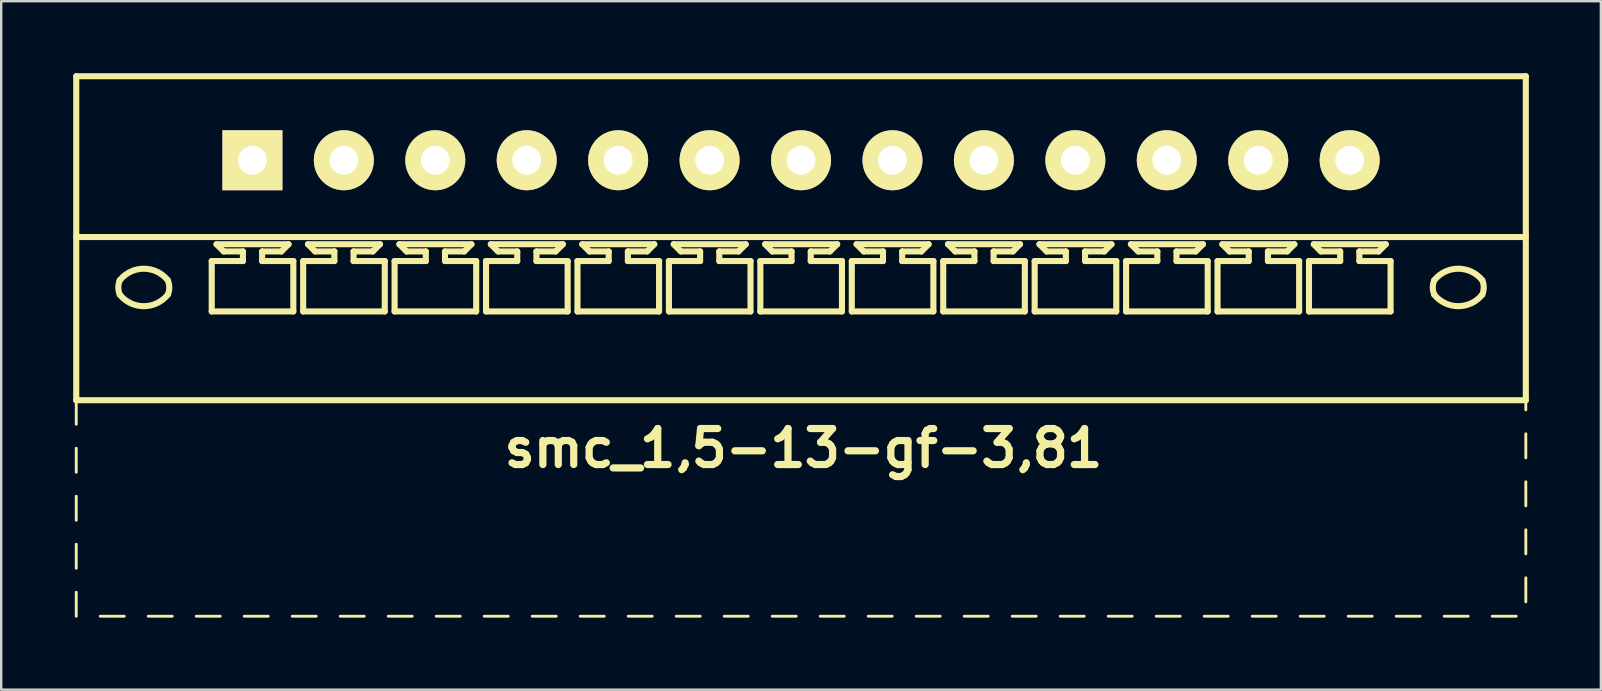
<source format=kicad_pcb>
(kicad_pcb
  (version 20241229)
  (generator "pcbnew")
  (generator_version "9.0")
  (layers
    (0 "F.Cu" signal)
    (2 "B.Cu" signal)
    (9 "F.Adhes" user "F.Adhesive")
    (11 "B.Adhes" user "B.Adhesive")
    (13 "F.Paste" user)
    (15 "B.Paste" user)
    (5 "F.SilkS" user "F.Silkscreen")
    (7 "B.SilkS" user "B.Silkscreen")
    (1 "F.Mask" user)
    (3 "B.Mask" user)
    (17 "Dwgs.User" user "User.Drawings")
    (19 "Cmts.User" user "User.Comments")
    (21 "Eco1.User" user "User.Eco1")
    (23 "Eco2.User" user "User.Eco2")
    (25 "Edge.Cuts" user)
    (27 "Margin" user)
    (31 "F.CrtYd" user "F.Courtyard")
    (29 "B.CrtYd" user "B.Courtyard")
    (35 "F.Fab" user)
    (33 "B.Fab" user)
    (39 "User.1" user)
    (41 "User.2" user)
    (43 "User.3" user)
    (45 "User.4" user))
  (footprint "smc_1,5-13-gf-3,81"
    (layer "F.Cu")
    (at 30.327 3.627)
    (property "Reference" "smc_1,5-13-gf-3,81" (at 0.1 12 0) (layer "F.SilkS") (effects (font (size 1.5 1.5) (thickness 0.3))))
    (attr through_hole)
    (fp_line (start -30.2 -3.5) (end -30.2 10) (stroke (width 0.254) (type solid)) (layer "F.SilkS"))
    (fp_line (start -30.2 -3.5) (end 30.2 -3.5) (stroke (width 0.254) (type solid)) (layer "F.SilkS"))
    (fp_line (start -30.2 3.2) (end 30.2 3.2) (stroke (width 0.254) (type solid)) (layer "F.SilkS"))
    (fp_line (start -30.2 10) (end -30.2 11) (stroke (width 0.12) (type solid)) (layer "F.SilkS"))
    (fp_line (start -30.2 10) (end 30.2 10) (stroke (width 0.254) (type solid)) (layer "F.SilkS"))
    (fp_line (start -30.2 12) (end -30.2 13) (stroke (width 0.12) (type solid)) (layer "F.SilkS"))
    (fp_line (start -30.2 14) (end -30.2 15) (stroke (width 0.12) (type solid)) (layer "F.SilkS"))
    (fp_line (start -30.2 16) (end -30.2 17) (stroke (width 0.12) (type solid)) (layer "F.SilkS"))
    (fp_line (start -30.2 18) (end -30.2 19) (stroke (width 0.12) (type solid)) (layer "F.SilkS"))
    (fp_line (start -29.2 19) (end -28.2 19) (stroke (width 0.12) (type solid)) (layer "F.SilkS"))
    (fp_line (start -27.2 19) (end -26.2 19) (stroke (width 0.12) (type solid)) (layer "F.SilkS"))
    (fp_line (start -25.2 19) (end -24.2 19) (stroke (width 0.12) (type solid)) (layer "F.SilkS"))
    (fp_line (start -24.555 4.2) (end -23.255 4.2) (stroke (width 0.254) (type solid)) (layer "F.SilkS"))
    (fp_line (start -24.555 6.3) (end -24.555 4.2) (stroke (width 0.254) (type solid)) (layer "F.SilkS"))
    (fp_line (start -24.355 3.5) (end -21.355 3.5) (stroke (width 0.254) (type solid)) (layer "F.SilkS"))
    (fp_line (start -24.055 3.8) (end -24.355 3.5) (stroke (width 0.254) (type solid)) (layer "F.SilkS"))
    (fp_line (start -23.255 3.8) (end -24.055 3.8) (stroke (width 0.254) (type solid)) (layer "F.SilkS"))
    (fp_line (start -23.255 4.2) (end -23.255 3.8) (stroke (width 0.254) (type solid)) (layer "F.SilkS"))
    (fp_line (start -23.2 19) (end -22.2 19) (stroke (width 0.12) (type solid)) (layer "F.SilkS"))
    (fp_line (start -22.455 3.8) (end -22.455 4.2) (stroke (width 0.254) (type solid)) (layer "F.SilkS"))
    (fp_line (start -22.455 4.2) (end -21.155 4.2) (stroke (width 0.254) (type solid)) (layer "F.SilkS"))
    (fp_line (start -21.655 3.8) (end -22.455 3.8) (stroke (width 0.254) (type solid)) (layer "F.SilkS"))
    (fp_line (start -21.655 3.8) (end -21.355 3.5) (stroke (width 0.254) (type solid)) (layer "F.SilkS"))
    (fp_line (start -21.2 19) (end -20.2 19) (stroke (width 0.12) (type solid)) (layer "F.SilkS"))
    (fp_line (start -21.155 4.2) (end -21.155 6.3) (stroke (width 0.254) (type solid)) (layer "F.SilkS"))
    (fp_line (start -21.155 6.3) (end -24.555 6.3) (stroke (width 0.254) (type solid)) (layer "F.SilkS"))
    (fp_line (start -20.745 4.2) (end -19.445 4.2) (stroke (width 0.254) (type solid)) (layer "F.SilkS"))
    (fp_line (start -20.745 6.3) (end -20.745 4.2) (stroke (width 0.254) (type solid)) (layer "F.SilkS"))
    (fp_line (start -20.545 3.5) (end -17.545 3.5) (stroke (width 0.254) (type solid)) (layer "F.SilkS"))
    (fp_line (start -20.245 3.8) (end -20.545 3.5) (stroke (width 0.254) (type solid)) (layer "F.SilkS"))
    (fp_line (start -19.445 3.8) (end -20.245 3.8) (stroke (width 0.254) (type solid)) (layer "F.SilkS"))
    (fp_line (start -19.445 4.2) (end -19.445 3.8) (stroke (width 0.254) (type solid)) (layer "F.SilkS"))
    (fp_line (start -19.2 19) (end -18.2 19) (stroke (width 0.12) (type solid)) (layer "F.SilkS"))
    (fp_line (start -18.645 3.8) (end -18.645 4.2) (stroke (width 0.254) (type solid)) (layer "F.SilkS"))
    (fp_line (start -18.645 4.2) (end -17.345 4.2) (stroke (width 0.254) (type solid)) (layer "F.SilkS"))
    (fp_line (start -17.845 3.8) (end -18.645 3.8) (stroke (width 0.254) (type solid)) (layer "F.SilkS"))
    (fp_line (start -17.845 3.8) (end -17.545 3.5) (stroke (width 0.254) (type solid)) (layer "F.SilkS"))
    (fp_line (start -17.345 4.2) (end -17.345 6.3) (stroke (width 0.254) (type solid)) (layer "F.SilkS"))
    (fp_line (start -17.345 6.3) (end -20.745 6.3) (stroke (width 0.254) (type solid)) (layer "F.SilkS"))
    (fp_line (start -17.2 19) (end -16.2 19) (stroke (width 0.12) (type solid)) (layer "F.SilkS"))
    (fp_line (start -16.935 4.2) (end -15.635 4.2) (stroke (width 0.254) (type solid)) (layer "F.SilkS"))
    (fp_line (start -16.935 6.3) (end -16.935 4.2) (stroke (width 0.254) (type solid)) (layer "F.SilkS"))
    (fp_line (start -16.735 3.5) (end -13.735 3.5) (stroke (width 0.254) (type solid)) (layer "F.SilkS"))
    (fp_line (start -16.435 3.8) (end -16.735 3.5) (stroke (width 0.254) (type solid)) (layer "F.SilkS"))
    (fp_line (start -15.635 3.8) (end -16.435 3.8) (stroke (width 0.254) (type solid)) (layer "F.SilkS"))
    (fp_line (start -15.635 4.2) (end -15.635 3.8) (stroke (width 0.254) (type solid)) (layer "F.SilkS"))
    (fp_line (start -15.2 19) (end -14.2 19) (stroke (width 0.12) (type solid)) (layer "F.SilkS"))
    (fp_line (start -14.835 3.8) (end -14.835 4.2) (stroke (width 0.254) (type solid)) (layer "F.SilkS"))
    (fp_line (start -14.835 4.2) (end -13.535 4.2) (stroke (width 0.254) (type solid)) (layer "F.SilkS"))
    (fp_line (start -14.035 3.8) (end -14.835 3.8) (stroke (width 0.254) (type solid)) (layer "F.SilkS"))
    (fp_line (start -14.035 3.8) (end -13.735 3.5) (stroke (width 0.254) (type solid)) (layer "F.SilkS"))
    (fp_line (start -13.535 4.2) (end -13.535 6.3) (stroke (width 0.254) (type solid)) (layer "F.SilkS"))
    (fp_line (start -13.535 6.3) (end -16.935 6.3) (stroke (width 0.254) (type solid)) (layer "F.SilkS"))
    (fp_line (start -13.2 19) (end -12.2 19) (stroke (width 0.12) (type solid)) (layer "F.SilkS"))
    (fp_line (start -13.125 4.2) (end -11.825 4.2) (stroke (width 0.254) (type solid)) (layer "F.SilkS"))
    (fp_line (start -13.125 6.3) (end -13.125 4.2) (stroke (width 0.254) (type solid)) (layer "F.SilkS"))
    (fp_line (start -12.925 3.5) (end -9.925 3.5) (stroke (width 0.254) (type solid)) (layer "F.SilkS"))
    (fp_line (start -12.625 3.8) (end -12.925 3.5) (stroke (width 0.254) (type solid)) (layer "F.SilkS"))
    (fp_line (start -11.825 3.8) (end -12.625 3.8) (stroke (width 0.254) (type solid)) (layer "F.SilkS"))
    (fp_line (start -11.825 4.2) (end -11.825 3.8) (stroke (width 0.254) (type solid)) (layer "F.SilkS"))
    (fp_line (start -11.2 19) (end -10.2 19) (stroke (width 0.12) (type solid)) (layer "F.SilkS"))
    (fp_line (start -11.025 3.8) (end -11.025 4.2) (stroke (width 0.254) (type solid)) (layer "F.SilkS"))
    (fp_line (start -11.025 4.2) (end -9.725 4.2) (stroke (width 0.254) (type solid)) (layer "F.SilkS"))
    (fp_line (start -10.225 3.8) (end -11.025 3.8) (stroke (width 0.254) (type solid)) (layer "F.SilkS"))
    (fp_line (start -10.225 3.8) (end -9.925 3.5) (stroke (width 0.254) (type solid)) (layer "F.SilkS"))
    (fp_line (start -9.725 4.2) (end -9.725 6.3) (stroke (width 0.254) (type solid)) (layer "F.SilkS"))
    (fp_line (start -9.725 6.3) (end -13.125 6.3) (stroke (width 0.254) (type solid)) (layer "F.SilkS"))
    (fp_line (start -9.315 4.2) (end -8.015 4.2) (stroke (width 0.254) (type solid)) (layer "F.SilkS"))
    (fp_line (start -9.315 6.3) (end -9.315 4.2) (stroke (width 0.254) (type solid)) (layer "F.SilkS"))
    (fp_line (start -9.2 19) (end -8.2 19) (stroke (width 0.12) (type solid)) (layer "F.SilkS"))
    (fp_line (start -9.115 3.5) (end -6.115 3.5) (stroke (width 0.254) (type solid)) (layer "F.SilkS"))
    (fp_line (start -8.815 3.8) (end -9.115 3.5) (stroke (width 0.254) (type solid)) (layer "F.SilkS"))
    (fp_line (start -8.015 3.8) (end -8.815 3.8) (stroke (width 0.254) (type solid)) (layer "F.SilkS"))
    (fp_line (start -8.015 4.2) (end -8.015 3.8) (stroke (width 0.254) (type solid)) (layer "F.SilkS"))
    (fp_line (start -7.215 3.8) (end -7.215 4.2) (stroke (width 0.254) (type solid)) (layer "F.SilkS"))
    (fp_line (start -7.215 4.2) (end -5.915 4.2) (stroke (width 0.254) (type solid)) (layer "F.SilkS"))
    (fp_line (start -7.2 19) (end -6.2 19) (stroke (width 0.12) (type solid)) (layer "F.SilkS"))
    (fp_line (start -6.415 3.8) (end -7.215 3.8) (stroke (width 0.254) (type solid)) (layer "F.SilkS"))
    (fp_line (start -6.415 3.8) (end -6.115 3.5) (stroke (width 0.254) (type solid)) (layer "F.SilkS"))
    (fp_line (start -5.915 4.2) (end -5.915 6.3) (stroke (width 0.254) (type solid)) (layer "F.SilkS"))
    (fp_line (start -5.915 6.3) (end -9.315 6.3) (stroke (width 0.254) (type solid)) (layer "F.SilkS"))
    (fp_line (start -5.505 4.2) (end -4.205 4.2) (stroke (width 0.254) (type solid)) (layer "F.SilkS"))
    (fp_line (start -5.505 6.3) (end -5.505 4.2) (stroke (width 0.254) (type solid)) (layer "F.SilkS"))
    (fp_line (start -5.305 3.5) (end -2.305 3.5) (stroke (width 0.254) (type solid)) (layer "F.SilkS"))
    (fp_line (start -5.2 19) (end -4.2 19) (stroke (width 0.12) (type solid)) (layer "F.SilkS"))
    (fp_line (start -5.005 3.8) (end -5.305 3.5) (stroke (width 0.254) (type solid)) (layer "F.SilkS"))
    (fp_line (start -4.205 3.8) (end -5.005 3.8) (stroke (width 0.254) (type solid)) (layer "F.SilkS"))
    (fp_line (start -4.205 4.2) (end -4.205 3.8) (stroke (width 0.254) (type solid)) (layer "F.SilkS"))
    (fp_line (start -3.405 3.8) (end -3.405 4.2) (stroke (width 0.254) (type solid)) (layer "F.SilkS"))
    (fp_line (start -3.405 4.2) (end -2.105 4.2) (stroke (width 0.254) (type solid)) (layer "F.SilkS"))
    (fp_line (start -3.2 19) (end -2.2 19) (stroke (width 0.12) (type solid)) (layer "F.SilkS"))
    (fp_line (start -2.605 3.8) (end -3.405 3.8) (stroke (width 0.254) (type solid)) (layer "F.SilkS"))
    (fp_line (start -2.605 3.8) (end -2.305 3.5) (stroke (width 0.254) (type solid)) (layer "F.SilkS"))
    (fp_line (start -2.105 4.2) (end -2.105 6.3) (stroke (width 0.254) (type solid)) (layer "F.SilkS"))
    (fp_line (start -2.105 6.3) (end -5.505 6.3) (stroke (width 0.254) (type solid)) (layer "F.SilkS"))
    (fp_line (start -1.695 4.2) (end -0.395 4.2) (stroke (width 0.254) (type solid)) (layer "F.SilkS"))
    (fp_line (start -1.695 6.3) (end -1.695 4.2) (stroke (width 0.254) (type solid)) (layer "F.SilkS"))
    (fp_line (start -1.495 3.5) (end 1.505 3.5) (stroke (width 0.254) (type solid)) (layer "F.SilkS"))
    (fp_line (start -1.2 19) (end -0.2 19) (stroke (width 0.12) (type solid)) (layer "F.SilkS"))
    (fp_line (start -1.195 3.8) (end -1.495 3.5) (stroke (width 0.254) (type solid)) (layer "F.SilkS"))
    (fp_line (start -0.395 3.8) (end -1.195 3.8) (stroke (width 0.254) (type solid)) (layer "F.SilkS"))
    (fp_line (start -0.395 4.2) (end -0.395 3.8) (stroke (width 0.254) (type solid)) (layer "F.SilkS"))
    (fp_line (start 0.405 3.8) (end 0.405 4.2) (stroke (width 0.254) (type solid)) (layer "F.SilkS"))
    (fp_line (start 0.405 4.2) (end 1.705 4.2) (stroke (width 0.254) (type solid)) (layer "F.SilkS"))
    (fp_line (start 0.8 19) (end 1.8 19) (stroke (width 0.12) (type solid)) (layer "F.SilkS"))
    (fp_line (start 1.205 3.8) (end 0.405 3.8) (stroke (width 0.254) (type solid)) (layer "F.SilkS"))
    (fp_line (start 1.205 3.8) (end 1.505 3.5) (stroke (width 0.254) (type solid)) (layer "F.SilkS"))
    (fp_line (start 1.705 4.2) (end 1.705 6.3) (stroke (width 0.254) (type solid)) (layer "F.SilkS"))
    (fp_line (start 1.705 6.3) (end -1.695 6.3) (stroke (width 0.254) (type solid)) (layer "F.SilkS"))
    (fp_line (start 2.115 4.2) (end 3.415 4.2) (stroke (width 0.254) (type solid)) (layer "F.SilkS"))
    (fp_line (start 2.115 6.3) (end 2.115 4.2) (stroke (width 0.254) (type solid)) (layer "F.SilkS"))
    (fp_line (start 2.315 3.5) (end 5.315 3.5) (stroke (width 0.254) (type solid)) (layer "F.SilkS"))
    (fp_line (start 2.615 3.8) (end 2.315 3.5) (stroke (width 0.254) (type solid)) (layer "F.SilkS"))
    (fp_line (start 2.8 19) (end 3.8 19) (stroke (width 0.12) (type solid)) (layer "F.SilkS"))
    (fp_line (start 3.415 3.8) (end 2.615 3.8) (stroke (width 0.254) (type solid)) (layer "F.SilkS"))
    (fp_line (start 3.415 4.2) (end 3.415 3.8) (stroke (width 0.254) (type solid)) (layer "F.SilkS"))
    (fp_line (start 4.215 3.8) (end 4.215 4.2) (stroke (width 0.254) (type solid)) (layer "F.SilkS"))
    (fp_line (start 4.215 4.2) (end 5.515 4.2) (stroke (width 0.254) (type solid)) (layer "F.SilkS"))
    (fp_line (start 4.8 19) (end 5.8 19) (stroke (width 0.12) (type solid)) (layer "F.SilkS"))
    (fp_line (start 5.015 3.8) (end 4.215 3.8) (stroke (width 0.254) (type solid)) (layer "F.SilkS"))
    (fp_line (start 5.015 3.8) (end 5.315 3.5) (stroke (width 0.254) (type solid)) (layer "F.SilkS"))
    (fp_line (start 5.515 4.2) (end 5.515 6.3) (stroke (width 0.254) (type solid)) (layer "F.SilkS"))
    (fp_line (start 5.515 6.3) (end 2.115 6.3) (stroke (width 0.254) (type solid)) (layer "F.SilkS"))
    (fp_line (start 5.925 4.2) (end 7.225 4.2) (stroke (width 0.254) (type solid)) (layer "F.SilkS"))
    (fp_line (start 5.925 6.3) (end 5.925 4.2) (stroke (width 0.254) (type solid)) (layer "F.SilkS"))
    (fp_line (start 6.125 3.5) (end 9.125 3.5) (stroke (width 0.254) (type solid)) (layer "F.SilkS"))
    (fp_line (start 6.425 3.8) (end 6.125 3.5) (stroke (width 0.254) (type solid)) (layer "F.SilkS"))
    (fp_line (start 6.8 19) (end 7.8 19) (stroke (width 0.12) (type solid)) (layer "F.SilkS"))
    (fp_line (start 7.225 3.8) (end 6.425 3.8) (stroke (width 0.254) (type solid)) (layer "F.SilkS"))
    (fp_line (start 7.225 4.2) (end 7.225 3.8) (stroke (width 0.254) (type solid)) (layer "F.SilkS"))
    (fp_line (start 8.025 3.8) (end 8.025 4.2) (stroke (width 0.254) (type solid)) (layer "F.SilkS"))
    (fp_line (start 8.025 4.2) (end 9.325 4.2) (stroke (width 0.254) (type solid)) (layer "F.SilkS"))
    (fp_line (start 8.8 19) (end 9.8 19) (stroke (width 0.12) (type solid)) (layer "F.SilkS"))
    (fp_line (start 8.825 3.8) (end 8.025 3.8) (stroke (width 0.254) (type solid)) (layer "F.SilkS"))
    (fp_line (start 8.825 3.8) (end 9.125 3.5) (stroke (width 0.254) (type solid)) (layer "F.SilkS"))
    (fp_line (start 9.325 4.2) (end 9.325 6.3) (stroke (width 0.254) (type solid)) (layer "F.SilkS"))
    (fp_line (start 9.325 6.3) (end 5.925 6.3) (stroke (width 0.254) (type solid)) (layer "F.SilkS"))
    (fp_line (start 9.735 4.2) (end 11.035 4.2) (stroke (width 0.254) (type solid)) (layer "F.SilkS"))
    (fp_line (start 9.735 6.3) (end 9.735 4.2) (stroke (width 0.254) (type solid)) (layer "F.SilkS"))
    (fp_line (start 9.935 3.5) (end 12.935 3.5) (stroke (width 0.254) (type solid)) (layer "F.SilkS"))
    (fp_line (start 10.235 3.8) (end 9.935 3.5) (stroke (width 0.254) (type solid)) (layer "F.SilkS"))
    (fp_line (start 10.8 19) (end 11.8 19) (stroke (width 0.12) (type solid)) (layer "F.SilkS"))
    (fp_line (start 11.035 3.8) (end 10.235 3.8) (stroke (width 0.254) (type solid)) (layer "F.SilkS"))
    (fp_line (start 11.035 4.2) (end 11.035 3.8) (stroke (width 0.254) (type solid)) (layer "F.SilkS"))
    (fp_line (start 11.835 3.8) (end 11.835 4.2) (stroke (width 0.254) (type solid)) (layer "F.SilkS"))
    (fp_line (start 11.835 4.2) (end 13.135 4.2) (stroke (width 0.254) (type solid)) (layer "F.SilkS"))
    (fp_line (start 12.635 3.8) (end 11.835 3.8) (stroke (width 0.254) (type solid)) (layer "F.SilkS"))
    (fp_line (start 12.635 3.8) (end 12.935 3.5) (stroke (width 0.254) (type solid)) (layer "F.SilkS"))
    (fp_line (start 12.8 19) (end 13.8 19) (stroke (width 0.12) (type solid)) (layer "F.SilkS"))
    (fp_line (start 13.135 4.2) (end 13.135 6.3) (stroke (width 0.254) (type solid)) (layer "F.SilkS"))
    (fp_line (start 13.135 6.3) (end 9.735 6.3) (stroke (width 0.254) (type solid)) (layer "F.SilkS"))
    (fp_line (start 13.545 4.2) (end 14.845 4.2) (stroke (width 0.254) (type solid)) (layer "F.SilkS"))
    (fp_line (start 13.545 6.3) (end 13.545 4.2) (stroke (width 0.254) (type solid)) (layer "F.SilkS"))
    (fp_line (start 13.745 3.5) (end 16.745 3.5) (stroke (width 0.254) (type solid)) (layer "F.SilkS"))
    (fp_line (start 14.045 3.8) (end 13.745 3.5) (stroke (width 0.254) (type solid)) (layer "F.SilkS"))
    (fp_line (start 14.8 19) (end 15.8 19) (stroke (width 0.12) (type solid)) (layer "F.SilkS"))
    (fp_line (start 14.845 3.8) (end 14.045 3.8) (stroke (width 0.254) (type solid)) (layer "F.SilkS"))
    (fp_line (start 14.845 4.2) (end 14.845 3.8) (stroke (width 0.254) (type solid)) (layer "F.SilkS"))
    (fp_line (start 15.645 3.8) (end 15.645 4.2) (stroke (width 0.254) (type solid)) (layer "F.SilkS"))
    (fp_line (start 15.645 4.2) (end 16.945 4.2) (stroke (width 0.254) (type solid)) (layer "F.SilkS"))
    (fp_line (start 16.445 3.8) (end 15.645 3.8) (stroke (width 0.254) (type solid)) (layer "F.SilkS"))
    (fp_line (start 16.445 3.8) (end 16.745 3.5) (stroke (width 0.254) (type solid)) (layer "F.SilkS"))
    (fp_line (start 16.8 19) (end 17.8 19) (stroke (width 0.12) (type solid)) (layer "F.SilkS"))
    (fp_line (start 16.945 4.2) (end 16.945 6.3) (stroke (width 0.254) (type solid)) (layer "F.SilkS"))
    (fp_line (start 16.945 6.3) (end 13.545 6.3) (stroke (width 0.254) (type solid)) (layer "F.SilkS"))
    (fp_line (start 17.355 4.2) (end 18.655 4.2) (stroke (width 0.254) (type solid)) (layer "F.SilkS"))
    (fp_line (start 17.355 6.3) (end 17.355 4.2) (stroke (width 0.254) (type solid)) (layer "F.SilkS"))
    (fp_line (start 17.555 3.5) (end 20.555 3.5) (stroke (width 0.254) (type solid)) (layer "F.SilkS"))
    (fp_line (start 17.855 3.8) (end 17.555 3.5) (stroke (width 0.254) (type solid)) (layer "F.SilkS"))
    (fp_line (start 18.655 3.8) (end 17.855 3.8) (stroke (width 0.254) (type solid)) (layer "F.SilkS"))
    (fp_line (start 18.655 4.2) (end 18.655 3.8) (stroke (width 0.254) (type solid)) (layer "F.SilkS"))
    (fp_line (start 18.8 19) (end 19.8 19) (stroke (width 0.12) (type solid)) (layer "F.SilkS"))
    (fp_line (start 19.455 3.8) (end 19.455 4.2) (stroke (width 0.254) (type solid)) (layer "F.SilkS"))
    (fp_line (start 19.455 4.2) (end 20.755 4.2) (stroke (width 0.254) (type solid)) (layer "F.SilkS"))
    (fp_line (start 20.255 3.8) (end 19.455 3.8) (stroke (width 0.254) (type solid)) (layer "F.SilkS"))
    (fp_line (start 20.255 3.8) (end 20.555 3.5) (stroke (width 0.254) (type solid)) (layer "F.SilkS"))
    (fp_line (start 20.755 4.2) (end 20.755 6.3) (stroke (width 0.254) (type solid)) (layer "F.SilkS"))
    (fp_line (start 20.755 6.3) (end 17.355 6.3) (stroke (width 0.254) (type solid)) (layer "F.SilkS"))
    (fp_line (start 20.8 19) (end 21.8 19) (stroke (width 0.12) (type solid)) (layer "F.SilkS"))
    (fp_line (start 21.165 4.2) (end 22.465 4.2) (stroke (width 0.254) (type solid)) (layer "F.SilkS"))
    (fp_line (start 21.165 6.3) (end 21.165 4.2) (stroke (width 0.254) (type solid)) (layer "F.SilkS"))
    (fp_line (start 21.365 3.5) (end 24.365 3.5) (stroke (width 0.254) (type solid)) (layer "F.SilkS"))
    (fp_line (start 21.665 3.8) (end 21.365 3.5) (stroke (width 0.254) (type solid)) (layer "F.SilkS"))
    (fp_line (start 22.465 3.8) (end 21.665 3.8) (stroke (width 0.254) (type solid)) (layer "F.SilkS"))
    (fp_line (start 22.465 4.2) (end 22.465 3.8) (stroke (width 0.254) (type solid)) (layer "F.SilkS"))
    (fp_line (start 22.8 19) (end 23.8 19) (stroke (width 0.12) (type solid)) (layer "F.SilkS"))
    (fp_line (start 23.265 3.8) (end 23.265 4.2) (stroke (width 0.254) (type solid)) (layer "F.SilkS"))
    (fp_line (start 23.265 4.2) (end 24.565 4.2) (stroke (width 0.254) (type solid)) (layer "F.SilkS"))
    (fp_line (start 24.065 3.8) (end 23.265 3.8) (stroke (width 0.254) (type solid)) (layer "F.SilkS"))
    (fp_line (start 24.065 3.8) (end 24.365 3.5) (stroke (width 0.254) (type solid)) (layer "F.SilkS"))
    (fp_line (start 24.565 4.2) (end 24.565 6.3) (stroke (width 0.254) (type solid)) (layer "F.SilkS"))
    (fp_line (start 24.565 6.3) (end 21.165 6.3) (stroke (width 0.254) (type solid)) (layer "F.SilkS"))
    (fp_line (start 24.8 19) (end 25.8 19) (stroke (width 0.12) (type solid)) (layer "F.SilkS"))
    (fp_line (start 26.8 19) (end 27.8 19) (stroke (width 0.12) (type solid)) (layer "F.SilkS"))
    (fp_line (start 28.8 19) (end 29.8 19) (stroke (width 0.12) (type solid)) (layer "F.SilkS"))
    (fp_line (start 30.2 -3.5) (end 30.2 10) (stroke (width 0.254) (type solid)) (layer "F.SilkS"))
    (fp_line (start 30.2 10.4) (end 30.2 10) (stroke (width 0.12) (type solid)) (layer "F.SilkS"))
    (fp_line (start 30.2 12.4) (end 30.2 11.4) (stroke (width 0.12) (type solid)) (layer "F.SilkS"))
    (fp_line (start 30.2 14.4) (end 30.2 13.4) (stroke (width 0.12) (type solid)) (layer "F.SilkS"))
    (fp_line (start 30.2 15.4) (end 30.2 16.4) (stroke (width 0.12) (type solid)) (layer "F.SilkS"))
    (fp_line (start 30.2 17.4) (end 30.2 18.4) (stroke (width 0.12) (type solid)) (layer "F.SilkS"))
    (fp_arc (start -28.385274 5.000342) (mid -27.385219 4.519375) (end -26.385 5) (stroke (width 0.254) (type solid)) (layer "F.SilkS"))
    (fp_arc (start -28.384985 5.600034) (mid -28.446577 5.300019) (end -28.385 5) (stroke (width 0.254) (type solid)) (layer "F.SilkS"))
    (fp_arc (start -26.385015 4.999966) (mid -26.323423 5.299981) (end -26.385 5.6) (stroke (width 0.254) (type solid)) (layer "F.SilkS"))
    (fp_arc (start -26.384726 5.599658) (mid -27.384781 6.080625) (end -28.385 5.6) (stroke (width 0.254) (type solid)) (layer "F.SilkS"))
    (fp_arc (start 26.384726 5.000342) (mid 27.384781 4.519375) (end 28.385 5) (stroke (width 0.254) (type solid)) (layer "F.SilkS"))
    (fp_arc (start 26.385015 5.600034) (mid 26.323423 5.300019) (end 26.385 5) (stroke (width 0.254) (type solid)) (layer "F.SilkS"))
    (fp_arc (start 28.384985 4.999966) (mid 28.446577 5.299981) (end 28.385 5.6) (stroke (width 0.254) (type solid)) (layer "F.SilkS"))
    (fp_arc (start 28.385274 5.599658) (mid 27.385219 6.080625) (end 26.385 5.6) (stroke (width 0.254) (type solid)) (layer "F.SilkS"))
    (pad "1" thru_hole rect (at -22.86 0) (size 2.5 2.5) (drill 1.2) (layers "*.Cu" "*.Mask" "F.SilkS"))
    (pad "2" thru_hole circle (at -19.05 0) (size 2.5 2.5) (drill 1.2) (layers "*.Cu" "*.Mask" "F.SilkS"))
    (pad "3" thru_hole circle (at -15.24 0) (size 2.5 2.5) (drill 1.2) (layers "*.Cu" "*.Mask" "F.SilkS"))
    (pad "4" thru_hole circle (at -11.43 0) (size 2.5 2.5) (drill 1.2) (layers "*.Cu" "*.Mask" "F.SilkS"))
    (pad "5" thru_hole circle (at -7.62 0) (size 2.5 2.5) (drill 1.2) (layers "*.Cu" "*.Mask" "F.SilkS"))
    (pad "6" thru_hole circle (at -3.81 0) (size 2.5 2.5) (drill 1.2) (layers "*.Cu" "*.Mask" "F.SilkS"))
    (pad "7" thru_hole circle (at 0 0) (size 2.5 2.5) (drill 1.2) (layers "*.Cu" "*.Mask" "F.SilkS"))
    (pad "8" thru_hole circle (at 3.81 0) (size 2.5 2.5) (drill 1.2) (layers "*.Cu" "*.Mask" "F.SilkS"))
    (pad "9" thru_hole circle (at 7.62 0) (size 2.5 2.5) (drill 1.2) (layers "*.Cu" "*.Mask" "F.SilkS"))
    (pad "10" thru_hole circle (at 11.43 0) (size 2.5 2.5) (drill 1.2) (layers "*.Cu" "*.Mask" "F.SilkS"))
    (pad "11" thru_hole circle (at 15.24 0) (size 2.5 2.5) (drill 1.2) (layers "*.Cu" "*.Mask" "F.SilkS"))
    (pad "12" thru_hole circle (at 19.05 0) (size 2.5 2.5) (drill 1.2) (layers "*.Cu" "*.Mask" "F.SilkS"))
    (pad "13" thru_hole circle (at 22.86 0) (size 2.5 2.5) (drill 1.2) (layers "*.Cu" "*.Mask" "F.SilkS")))
  (gr_rect
    (start -3 -3)
    (end 63.654 25.687)
    (stroke (width 0.1) (type default))
    (fill no)
    (layer "Edge.Cuts")))
</source>
